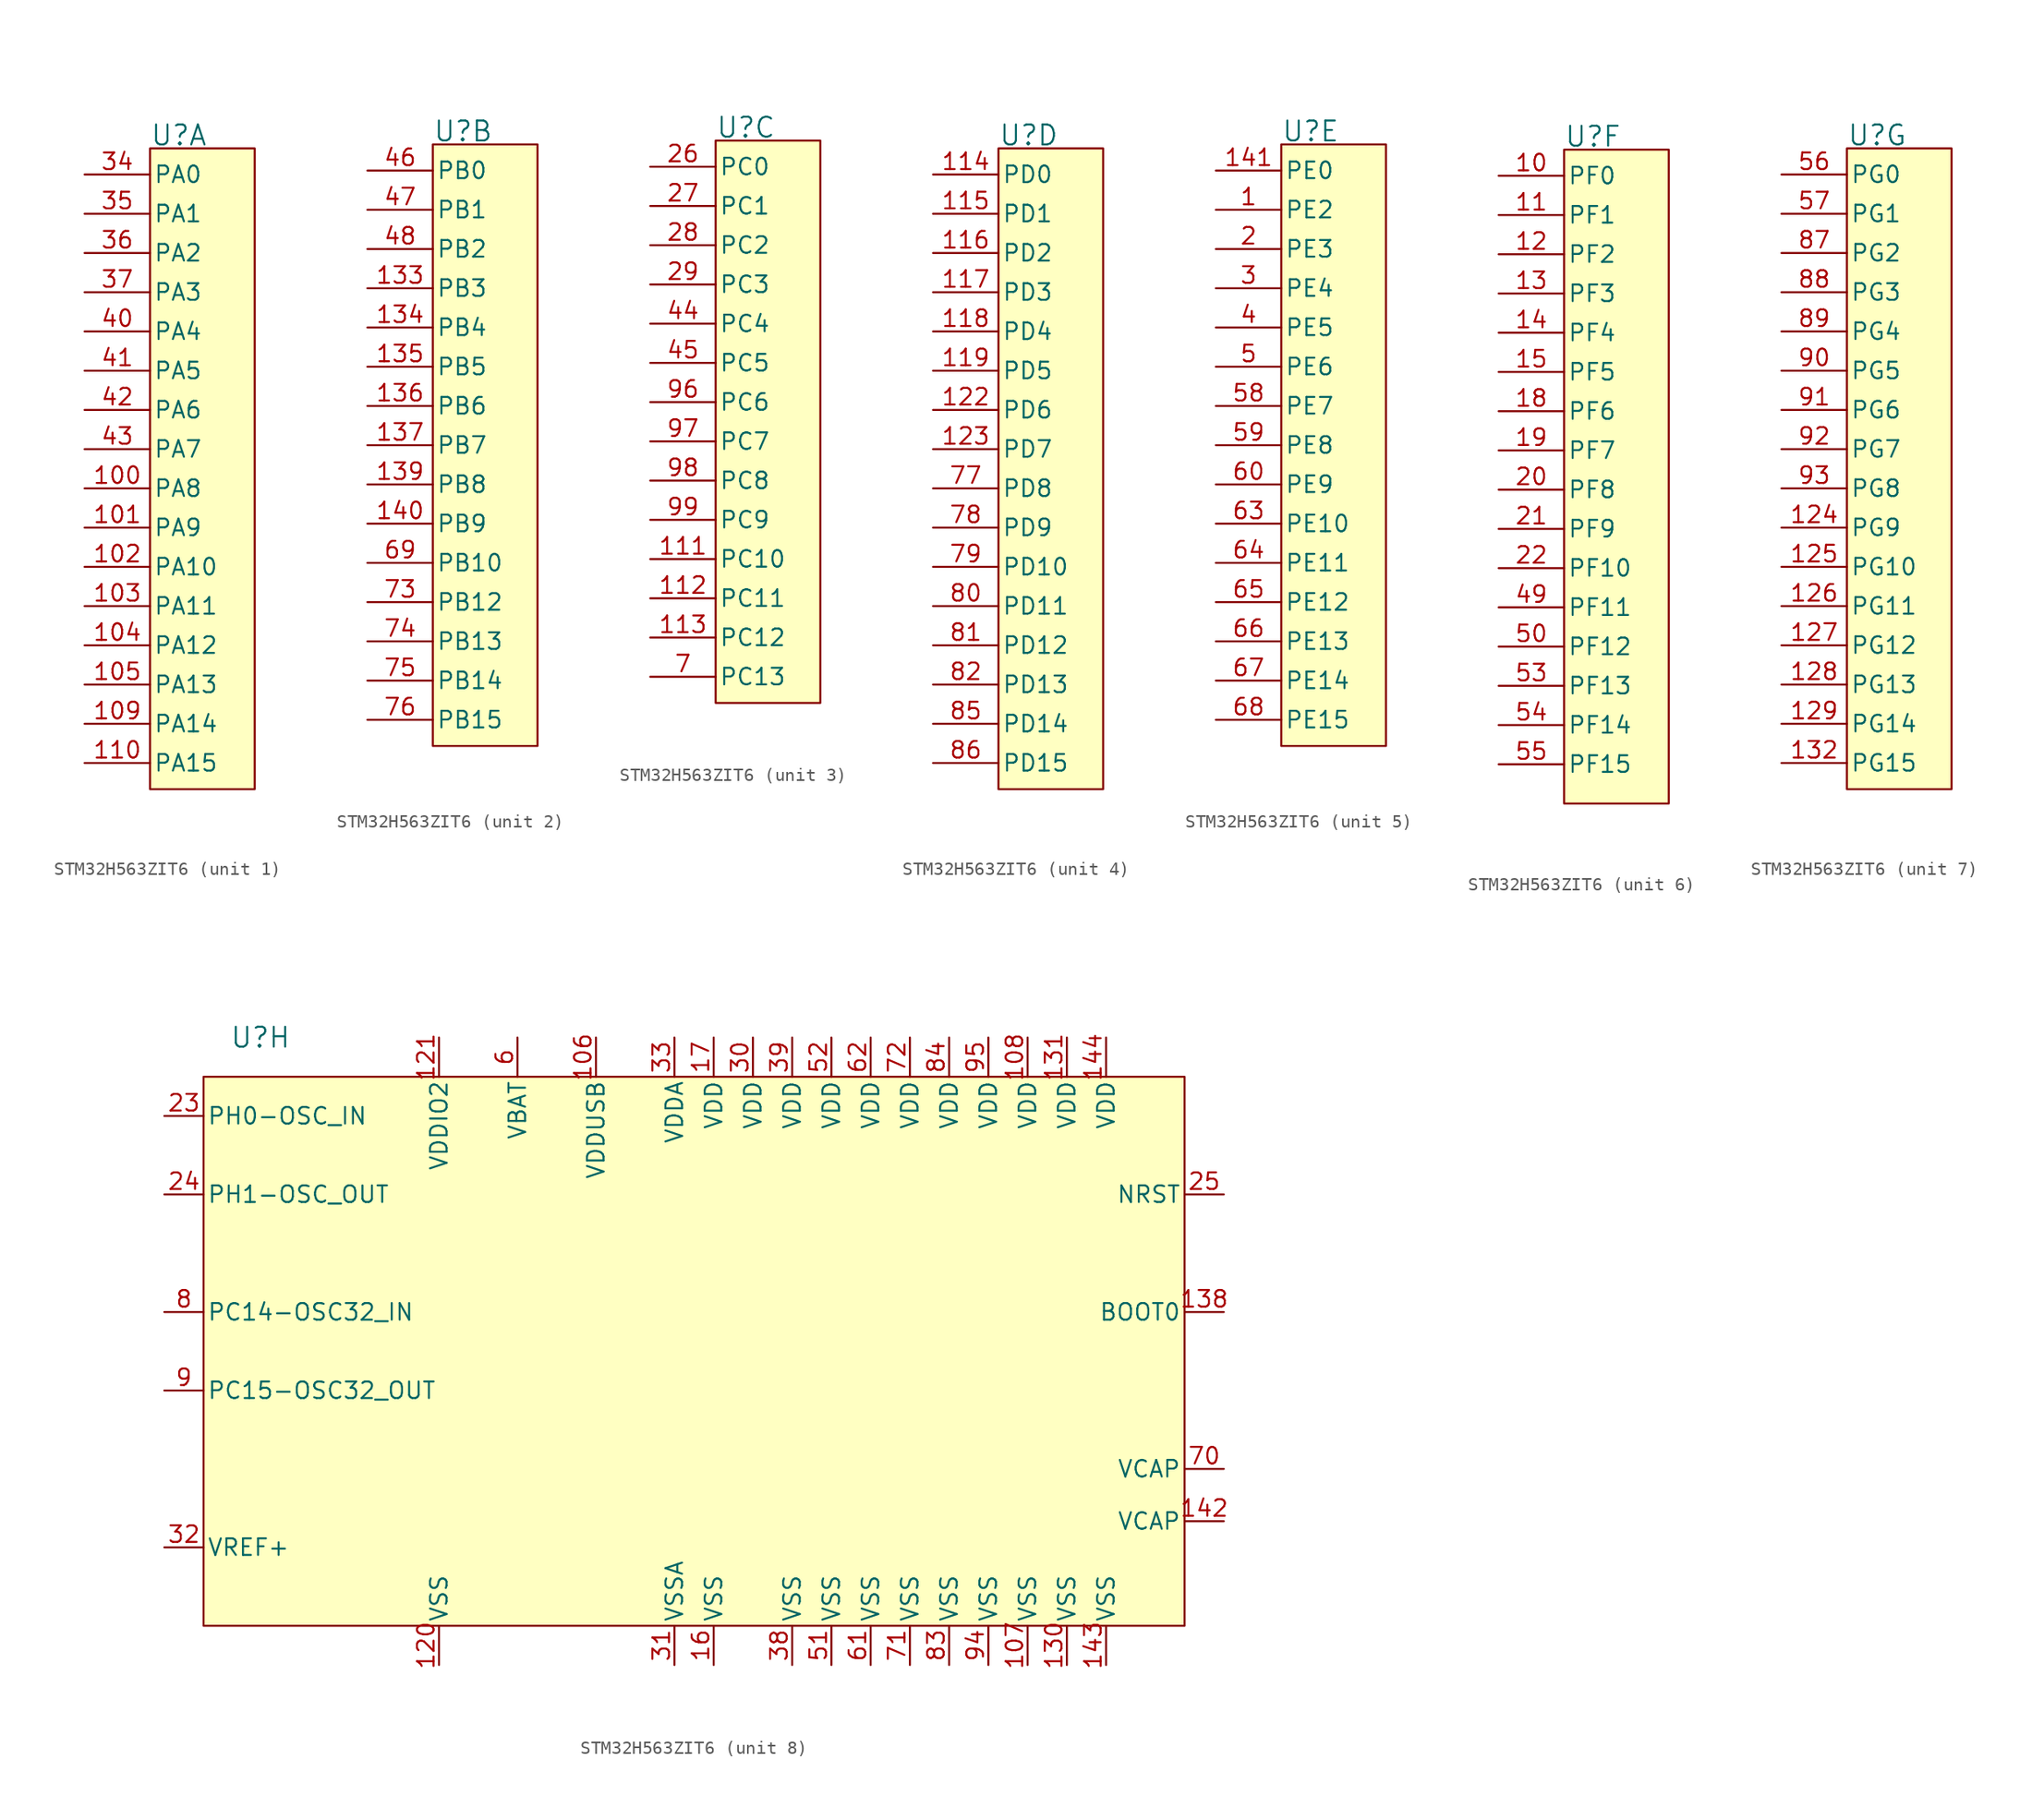
<source format=kicad_sym>
(kicad_symbol_lib
  (version 20241209)
  (generator "kicad_symbol_editor")
  (generator_version "9.0")
  (symbol "STM32H563ZIT6"
    (pin_names
      (offset 0.254))
    (property "Reference" "U"
      (at 5 3 0)
      (effects (font (size 1.524 1.524)) (justify left)))
    (property "ki_locked" ""
      (at 0 0 0)
      (effects (font (size 1.27 1.27))))
    (symbol "STM32H563ZIT6_1_1"
      (rectangle (start 5 2) (end 13 -47) (stroke (width 0) (type solid)) (fill (type background)))
      (pin bidirectional line (at 0 0 0) (length 5) (name "PA0" (effects (font (size 1.27 1.27)))) (number "34" (effects (font (size 1.27 1.27)))))
      (pin bidirectional line (at 0 -3 0) (length 5) (name "PA1" (effects (font (size 1.27 1.27)))) (number "35" (effects (font (size 1.27 1.27)))))
      (pin bidirectional line (at 0 -6 0) (length 5) (name "PA2" (effects (font (size 1.27 1.27)))) (number "36" (effects (font (size 1.27 1.27)))))
      (pin bidirectional line (at 0 -9 0) (length 5) (name "PA3" (effects (font (size 1.27 1.27)))) (number "37" (effects (font (size 1.27 1.27)))))
      (pin bidirectional line (at 0 -12 0) (length 5) (name "PA4" (effects (font (size 1.27 1.27)))) (number "40" (effects (font (size 1.27 1.27)))))
      (pin bidirectional line (at 0 -15 0) (length 5) (name "PA5" (effects (font (size 1.27 1.27)))) (number "41" (effects (font (size 1.27 1.27)))))
      (pin bidirectional line (at 0 -18 0) (length 5) (name "PA6" (effects (font (size 1.27 1.27)))) (number "42" (effects (font (size 1.27 1.27)))))
      (pin bidirectional line (at 0 -21 0) (length 5) (name "PA7" (effects (font (size 1.27 1.27)))) (number "43" (effects (font (size 1.27 1.27)))))
      (pin bidirectional line (at 0 -24 0) (length 5) (name "PA8" (effects (font (size 1.27 1.27)))) (number "100" (effects (font (size 1.27 1.27)))))
      (pin bidirectional line (at 0 -27 0) (length 5) (name "PA9" (effects (font (size 1.27 1.27)))) (number "101" (effects (font (size 1.27 1.27)))))
      (pin bidirectional line (at 0 -30 0) (length 5) (name "PA10" (effects (font (size 1.27 1.27)))) (number "102" (effects (font (size 1.27 1.27)))))
      (pin bidirectional line (at 0 -33 0) (length 5) (name "PA11" (effects (font (size 1.27 1.27)))) (number "103" (effects (font (size 1.27 1.27)))))
      (pin bidirectional line (at 0 -36 0) (length 5) (name "PA12" (effects (font (size 1.27 1.27)))) (number "104" (effects (font (size 1.27 1.27)))))
      (pin bidirectional line (at 0 -39 0) (length 5) (name "PA13" (effects (font (size 1.27 1.27)))) (number "105" (effects (font (size 1.27 1.27)))))
      (pin bidirectional line (at 0 -42 0) (length 5) (name "PA14" (effects (font (size 1.27 1.27)))) (number "109" (effects (font (size 1.27 1.27)))))
      (pin bidirectional line (at 0 -45 0) (length 5) (name "PA15" (effects (font (size 1.27 1.27)))) (number "110" (effects (font (size 1.27 1.27))))))
    (symbol "STM32H563ZIT6_2_1"
      (rectangle (start 5 2) (end 13 -44) (stroke (width 0) (type solid)) (fill (type background)))
      (pin bidirectional line (at 0 0 0) (length 5) (name "PB0" (effects (font (size 1.27 1.27)))) (number "46" (effects (font (size 1.27 1.27)))))
      (pin bidirectional line (at 0 -3 0) (length 5) (name "PB1" (effects (font (size 1.27 1.27)))) (number "47" (effects (font (size 1.27 1.27)))))
      (pin bidirectional line (at 0 -6 0) (length 5) (name "PB2" (effects (font (size 1.27 1.27)))) (number "48" (effects (font (size 1.27 1.27)))))
      (pin bidirectional line (at 0 -9 0) (length 5) (name "PB3" (effects (font (size 1.27 1.27)))) (number "133" (effects (font (size 1.27 1.27)))))
      (pin bidirectional line (at 0 -12 0) (length 5) (name "PB4" (effects (font (size 1.27 1.27)))) (number "134" (effects (font (size 1.27 1.27)))))
      (pin bidirectional line (at 0 -15 0) (length 5) (name "PB5" (effects (font (size 1.27 1.27)))) (number "135" (effects (font (size 1.27 1.27)))))
      (pin bidirectional line (at 0 -18 0) (length 5) (name "PB6" (effects (font (size 1.27 1.27)))) (number "136" (effects (font (size 1.27 1.27)))))
      (pin bidirectional line (at 0 -21 0) (length 5) (name "PB7" (effects (font (size 1.27 1.27)))) (number "137" (effects (font (size 1.27 1.27)))))
      (pin bidirectional line (at 0 -24 0) (length 5) (name "PB8" (effects (font (size 1.27 1.27)))) (number "139" (effects (font (size 1.27 1.27)))))
      (pin bidirectional line (at 0 -27 0) (length 5) (name "PB9" (effects (font (size 1.27 1.27)))) (number "140" (effects (font (size 1.27 1.27)))))
      (pin bidirectional line (at 0 -30 0) (length 5) (name "PB10" (effects (font (size 1.27 1.27)))) (number "69" (effects (font (size 1.27 1.27)))))
      (pin bidirectional line (at 0 -33 0) (length 5) (name "PB12" (effects (font (size 1.27 1.27)))) (number "73" (effects (font (size 1.27 1.27)))))
      (pin bidirectional line (at 0 -36 0) (length 5) (name "PB13" (effects (font (size 1.27 1.27)))) (number "74" (effects (font (size 1.27 1.27)))))
      (pin bidirectional line (at 0 -39 0) (length 5) (name "PB14" (effects (font (size 1.27 1.27)))) (number "75" (effects (font (size 1.27 1.27)))))
      (pin bidirectional line (at 0 -42 0) (length 5) (name "PB15" (effects (font (size 1.27 1.27)))) (number "76" (effects (font (size 1.27 1.27))))))
    (symbol "STM32H563ZIT6_3_1"
      (rectangle (start 5 2) (end 13 -41) (stroke (width 0) (type solid)) (fill (type background)))
      (pin bidirectional line (at 0 0 0) (length 5) (name "PC0" (effects (font (size 1.27 1.27)))) (number "26" (effects (font (size 1.27 1.27)))))
      (pin bidirectional line (at 0 -3 0) (length 5) (name "PC1" (effects (font (size 1.27 1.27)))) (number "27" (effects (font (size 1.27 1.27)))))
      (pin bidirectional line (at 0 -6 0) (length 5) (name "PC2" (effects (font (size 1.27 1.27)))) (number "28" (effects (font (size 1.27 1.27)))))
      (pin bidirectional line (at 0 -9 0) (length 5) (name "PC3" (effects (font (size 1.27 1.27)))) (number "29" (effects (font (size 1.27 1.27)))))
      (pin bidirectional line (at 0 -12 0) (length 5) (name "PC4" (effects (font (size 1.27 1.27)))) (number "44" (effects (font (size 1.27 1.27)))))
      (pin bidirectional line (at 0 -15 0) (length 5) (name "PC5" (effects (font (size 1.27 1.27)))) (number "45" (effects (font (size 1.27 1.27)))))
      (pin bidirectional line (at 0 -18 0) (length 5) (name "PC6" (effects (font (size 1.27 1.27)))) (number "96" (effects (font (size 1.27 1.27)))))
      (pin bidirectional line (at 0 -21 0) (length 5) (name "PC7" (effects (font (size 1.27 1.27)))) (number "97" (effects (font (size 1.27 1.27)))))
      (pin bidirectional line (at 0 -24 0) (length 5) (name "PC8" (effects (font (size 1.27 1.27)))) (number "98" (effects (font (size 1.27 1.27)))))
      (pin bidirectional line (at 0 -27 0) (length 5) (name "PC9" (effects (font (size 1.27 1.27)))) (number "99" (effects (font (size 1.27 1.27)))))
      (pin bidirectional line (at 0 -30 0) (length 5) (name "PC10" (effects (font (size 1.27 1.27)))) (number "111" (effects (font (size 1.27 1.27)))))
      (pin bidirectional line (at 0 -33 0) (length 5) (name "PC11" (effects (font (size 1.27 1.27)))) (number "112" (effects (font (size 1.27 1.27)))))
      (pin bidirectional line (at 0 -36 0) (length 5) (name "PC12" (effects (font (size 1.27 1.27)))) (number "113" (effects (font (size 1.27 1.27)))))
      (pin bidirectional line (at 0 -39 0) (length 5) (name "PC13" (effects (font (size 1.27 1.27)))) (number "7" (effects (font (size 1.27 1.27))))))
    (symbol "STM32H563ZIT6_4_1"
      (rectangle (start 5 2) (end 13 -47) (stroke (width 0) (type solid)) (fill (type background)))
      (pin bidirectional line (at 0 0 0) (length 5) (name "PD0" (effects (font (size 1.27 1.27)))) (number "114" (effects (font (size 1.27 1.27)))))
      (pin bidirectional line (at 0 -3 0) (length 5) (name "PD1" (effects (font (size 1.27 1.27)))) (number "115" (effects (font (size 1.27 1.27)))))
      (pin bidirectional line (at 0 -6 0) (length 5) (name "PD2" (effects (font (size 1.27 1.27)))) (number "116" (effects (font (size 1.27 1.27)))))
      (pin bidirectional line (at 0 -9 0) (length 5) (name "PD3" (effects (font (size 1.27 1.27)))) (number "117" (effects (font (size 1.27 1.27)))))
      (pin bidirectional line (at 0 -12 0) (length 5) (name "PD4" (effects (font (size 1.27 1.27)))) (number "118" (effects (font (size 1.27 1.27)))))
      (pin bidirectional line (at 0 -15 0) (length 5) (name "PD5" (effects (font (size 1.27 1.27)))) (number "119" (effects (font (size 1.27 1.27)))))
      (pin bidirectional line (at 0 -18 0) (length 5) (name "PD6" (effects (font (size 1.27 1.27)))) (number "122" (effects (font (size 1.27 1.27)))))
      (pin bidirectional line (at 0 -21 0) (length 5) (name "PD7" (effects (font (size 1.27 1.27)))) (number "123" (effects (font (size 1.27 1.27)))))
      (pin bidirectional line (at 0 -24 0) (length 5) (name "PD8" (effects (font (size 1.27 1.27)))) (number "77" (effects (font (size 1.27 1.27)))))
      (pin bidirectional line (at 0 -27 0) (length 5) (name "PD9" (effects (font (size 1.27 1.27)))) (number "78" (effects (font (size 1.27 1.27)))))
      (pin bidirectional line (at 0 -30 0) (length 5) (name "PD10" (effects (font (size 1.27 1.27)))) (number "79" (effects (font (size 1.27 1.27)))))
      (pin bidirectional line (at 0 -33 0) (length 5) (name "PD11" (effects (font (size 1.27 1.27)))) (number "80" (effects (font (size 1.27 1.27)))))
      (pin bidirectional line (at 0 -36 0) (length 5) (name "PD12" (effects (font (size 1.27 1.27)))) (number "81" (effects (font (size 1.27 1.27)))))
      (pin bidirectional line (at 0 -39 0) (length 5) (name "PD13" (effects (font (size 1.27 1.27)))) (number "82" (effects (font (size 1.27 1.27)))))
      (pin bidirectional line (at 0 -42 0) (length 5) (name "PD14" (effects (font (size 1.27 1.27)))) (number "85" (effects (font (size 1.27 1.27)))))
      (pin bidirectional line (at 0 -45 0) (length 5) (name "PD15" (effects (font (size 1.27 1.27)))) (number "86" (effects (font (size 1.27 1.27))))))
    (symbol "STM32H563ZIT6_5_1"
      (rectangle (start 5 2) (end 13 -44) (stroke (width 0) (type solid)) (fill (type background)))
      (pin bidirectional line (at 0 0 0) (length 5) (name "PE0" (effects (font (size 1.27 1.27)))) (number "141" (effects (font (size 1.27 1.27)))))
      (pin bidirectional line (at 0 -3 0) (length 5) (name "PE2" (effects (font (size 1.27 1.27)))) (number "1" (effects (font (size 1.27 1.27)))))
      (pin bidirectional line (at 0 -6 0) (length 5) (name "PE3" (effects (font (size 1.27 1.27)))) (number "2" (effects (font (size 1.27 1.27)))))
      (pin bidirectional line (at 0 -9 0) (length 5) (name "PE4" (effects (font (size 1.27 1.27)))) (number "3" (effects (font (size 1.27 1.27)))))
      (pin bidirectional line (at 0 -12 0) (length 5) (name "PE5" (effects (font (size 1.27 1.27)))) (number "4" (effects (font (size 1.27 1.27)))))
      (pin bidirectional line (at 0 -15 0) (length 5) (name "PE6" (effects (font (size 1.27 1.27)))) (number "5" (effects (font (size 1.27 1.27)))))
      (pin bidirectional line (at 0 -18 0) (length 5) (name "PE7" (effects (font (size 1.27 1.27)))) (number "58" (effects (font (size 1.27 1.27)))))
      (pin bidirectional line (at 0 -21 0) (length 5) (name "PE8" (effects (font (size 1.27 1.27)))) (number "59" (effects (font (size 1.27 1.27)))))
      (pin bidirectional line (at 0 -24 0) (length 5) (name "PE9" (effects (font (size 1.27 1.27)))) (number "60" (effects (font (size 1.27 1.27)))))
      (pin bidirectional line (at 0 -27 0) (length 5) (name "PE10" (effects (font (size 1.27 1.27)))) (number "63" (effects (font (size 1.27 1.27)))))
      (pin bidirectional line (at 0 -30 0) (length 5) (name "PE11" (effects (font (size 1.27 1.27)))) (number "64" (effects (font (size 1.27 1.27)))))
      (pin bidirectional line (at 0 -33 0) (length 5) (name "PE12" (effects (font (size 1.27 1.27)))) (number "65" (effects (font (size 1.27 1.27)))))
      (pin bidirectional line (at 0 -36 0) (length 5) (name "PE13" (effects (font (size 1.27 1.27)))) (number "66" (effects (font (size 1.27 1.27)))))
      (pin bidirectional line (at 0 -39 0) (length 5) (name "PE14" (effects (font (size 1.27 1.27)))) (number "67" (effects (font (size 1.27 1.27)))))
      (pin bidirectional line (at 0 -42 0) (length 5) (name "PE15" (effects (font (size 1.27 1.27)))) (number "68" (effects (font (size 1.27 1.27))))))
    (symbol "STM32H563ZIT6_6_1"
      (rectangle (start 5 2) (end 13 -48) (stroke (width 0) (type solid)) (fill (type background)))
      (pin bidirectional line (at 0 0 0) (length 5) (name "PF0" (effects (font (size 1.27 1.27)))) (number "10" (effects (font (size 1.27 1.27)))))
      (pin bidirectional line (at 0 -3 0) (length 5) (name "PF1" (effects (font (size 1.27 1.27)))) (number "11" (effects (font (size 1.27 1.27)))))
      (pin bidirectional line (at 0 -6 0) (length 5) (name "PF2" (effects (font (size 1.27 1.27)))) (number "12" (effects (font (size 1.27 1.27)))))
      (pin bidirectional line (at 0 -9 0) (length 5) (name "PF3" (effects (font (size 1.27 1.27)))) (number "13" (effects (font (size 1.27 1.27)))))
      (pin bidirectional line (at 0 -12 0) (length 5) (name "PF4" (effects (font (size 1.27 1.27)))) (number "14" (effects (font (size 1.27 1.27)))))
      (pin bidirectional line (at 0 -15 0) (length 5) (name "PF5" (effects (font (size 1.27 1.27)))) (number "15" (effects (font (size 1.27 1.27)))))
      (pin bidirectional line (at 0 -18 0) (length 5) (name "PF6" (effects (font (size 1.27 1.27)))) (number "18" (effects (font (size 1.27 1.27)))))
      (pin bidirectional line (at 0 -21 0) (length 5) (name "PF7" (effects (font (size 1.27 1.27)))) (number "19" (effects (font (size 1.27 1.27)))))
      (pin bidirectional line (at 0 -24 0) (length 5) (name "PF8" (effects (font (size 1.27 1.27)))) (number "20" (effects (font (size 1.27 1.27)))))
      (pin bidirectional line (at 0 -27 0) (length 5) (name "PF9" (effects (font (size 1.27 1.27)))) (number "21" (effects (font (size 1.27 1.27)))))
      (pin bidirectional line (at 0 -30 0) (length 5) (name "PF10" (effects (font (size 1.27 1.27)))) (number "22" (effects (font (size 1.27 1.27)))))
      (pin bidirectional line (at 0 -33 0) (length 5) (name "PF11" (effects (font (size 1.27 1.27)))) (number "49" (effects (font (size 1.27 1.27)))))
      (pin bidirectional line (at 0 -36 0) (length 5) (name "PF12" (effects (font (size 1.27 1.27)))) (number "50" (effects (font (size 1.27 1.27)))))
      (pin bidirectional line (at 0 -39 0) (length 5) (name "PF13" (effects (font (size 1.27 1.27)))) (number "53" (effects (font (size 1.27 1.27)))))
      (pin bidirectional line (at 0 -42 0) (length 5) (name "PF14" (effects (font (size 1.27 1.27)))) (number "54" (effects (font (size 1.27 1.27)))))
      (pin bidirectional line (at 0 -45 0) (length 5) (name "PF15" (effects (font (size 1.27 1.27)))) (number "55" (effects (font (size 1.27 1.27))))))
    (symbol "STM32H563ZIT6_7_1"
      (rectangle (start 5 2) (end 13 -47) (stroke (width 0) (type solid)) (fill (type background)))
      (pin bidirectional line (at 0 0 0) (length 5) (name "PG0" (effects (font (size 1.27 1.27)))) (number "56" (effects (font (size 1.27 1.27)))))
      (pin bidirectional line (at 0 -3 0) (length 5) (name "PG1" (effects (font (size 1.27 1.27)))) (number "57" (effects (font (size 1.27 1.27)))))
      (pin bidirectional line (at 0 -6 0) (length 5) (name "PG2" (effects (font (size 1.27 1.27)))) (number "87" (effects (font (size 1.27 1.27)))))
      (pin bidirectional line (at 0 -9 0) (length 5) (name "PG3" (effects (font (size 1.27 1.27)))) (number "88" (effects (font (size 1.27 1.27)))))
      (pin bidirectional line (at 0 -12 0) (length 5) (name "PG4" (effects (font (size 1.27 1.27)))) (number "89" (effects (font (size 1.27 1.27)))))
      (pin bidirectional line (at 0 -15 0) (length 5) (name "PG5" (effects (font (size 1.27 1.27)))) (number "90" (effects (font (size 1.27 1.27)))))
      (pin bidirectional line (at 0 -18 0) (length 5) (name "PG6" (effects (font (size 1.27 1.27)))) (number "91" (effects (font (size 1.27 1.27)))))
      (pin bidirectional line (at 0 -21 0) (length 5) (name "PG7" (effects (font (size 1.27 1.27)))) (number "92" (effects (font (size 1.27 1.27)))))
      (pin bidirectional line (at 0 -24 0) (length 5) (name "PG8" (effects (font (size 1.27 1.27)))) (number "93" (effects (font (size 1.27 1.27)))))
      (pin bidirectional line (at 0 -27 0) (length 5) (name "PG9" (effects (font (size 1.27 1.27)))) (number "124" (effects (font (size 1.27 1.27)))))
      (pin bidirectional line (at 0 -30 0) (length 5) (name "PG10" (effects (font (size 1.27 1.27)))) (number "125" (effects (font (size 1.27 1.27)))))
      (pin bidirectional line (at 0 -33 0) (length 5) (name "PG11" (effects (font (size 1.27 1.27)))) (number "126" (effects (font (size 1.27 1.27)))))
      (pin bidirectional line (at 0 -36 0) (length 5) (name "PG12" (effects (font (size 1.27 1.27)))) (number "127" (effects (font (size 1.27 1.27)))))
      (pin bidirectional line (at 0 -39 0) (length 5) (name "PG13" (effects (font (size 1.27 1.27)))) (number "128" (effects (font (size 1.27 1.27)))))
      (pin bidirectional line (at 0 -42 0) (length 5) (name "PG14" (effects (font (size 1.27 1.27)))) (number "129" (effects (font (size 1.27 1.27)))))
      (pin bidirectional line (at 0 -45 0) (length 5) (name "PG15" (effects (font (size 1.27 1.27)))) (number "132" (effects (font (size 1.27 1.27))))))
    (symbol "STM32H563ZIT6_8_1"
      (rectangle (start 3 0) (end 78 -42) (stroke (width 0) (type solid)) (fill (type background)))
      (pin bidirectional line (at 0 -3 0) (length 3) (name "PH0-OSC_IN" (effects (font (size 1.27 1.27)))) (number "23" (effects (font (size 1.27 1.27)))))
      (pin bidirectional line (at 0 -9 0) (length 3) (name "PH1-OSC_OUT" (effects (font (size 1.27 1.27)))) (number "24" (effects (font (size 1.27 1.27)))))
      (pin bidirectional line (at 0 -18 0) (length 3) (name "PC14-OSC32_IN" (effects (font (size 1.27 1.27)))) (number "8" (effects (font (size 1.27 1.27)))))
      (pin bidirectional line (at 0 -24 0) (length 3) (name "PC15-OSC32_OUT" (effects (font (size 1.27 1.27)))) (number "9" (effects (font (size 1.27 1.27)))))
      (pin power_in line (at 0 -36 0) (length 3) (name "VREF+" (effects (font (size 1.27 1.27)))) (number "32" (effects (font (size 1.27 1.27)))))
      (pin power_in line (at 21 3 270) (length 3) (name "VDDIO2" (effects (font (size 1.27 1.27)))) (number "121" (effects (font (size 1.27 1.27)))))
      (pin power_in line (at 21 -45 90) (length 3) (name "VSS" (effects (font (size 1.27 1.27)))) (number "120" (effects (font (size 1.27 1.27)))))
      (pin power_in line (at 27 3 270) (length 3) (name "VBAT" (effects (font (size 1.27 1.27)))) (number "6" (effects (font (size 1.27 1.27)))))
      (pin power_in line (at 33 3 270) (length 3) (name "VDDUSB" (effects (font (size 1.27 1.27)))) (number "106" (effects (font (size 1.27 1.27)))))
      (pin power_in line (at 39 3 270) (length 3) (name "VDDA" (effects (font (size 1.27 1.27)))) (number "33" (effects (font (size 1.27 1.27)))))
      (pin power_in line (at 39 -45 90) (length 3) (name "VSSA" (effects (font (size 1.27 1.27)))) (number "31" (effects (font (size 1.27 1.27)))))
      (pin power_in line (at 42 3 270) (length 3) (name "VDD" (effects (font (size 1.27 1.27)))) (number "17" (effects (font (size 1.27 1.27)))))
      (pin power_in line (at 42 -45 90) (length 3) (name "VSS" (effects (font (size 1.27 1.27)))) (number "16" (effects (font (size 1.27 1.27)))))
      (pin power_in line (at 45 3 270) (length 3) (name "VDD" (effects (font (size 1.27 1.27)))) (number "30" (effects (font (size 1.27 1.27)))))
      (pin power_in line (at 48 3 270) (length 3) (name "VDD" (effects (font (size 1.27 1.27)))) (number "39" (effects (font (size 1.27 1.27)))))
      (pin power_in line (at 48 -45 90) (length 3) (name "VSS" (effects (font (size 1.27 1.27)))) (number "38" (effects (font (size 1.27 1.27)))))
      (pin power_in line (at 51 3 270) (length 3) (name "VDD" (effects (font (size 1.27 1.27)))) (number "52" (effects (font (size 1.27 1.27)))))
      (pin power_in line (at 51 -45 90) (length 3) (name "VSS" (effects (font (size 1.27 1.27)))) (number "51" (effects (font (size 1.27 1.27)))))
      (pin power_in line (at 54 3 270) (length 3) (name "VDD" (effects (font (size 1.27 1.27)))) (number "62" (effects (font (size 1.27 1.27)))))
      (pin power_in line (at 54 -45 90) (length 3) (name "VSS" (effects (font (size 1.27 1.27)))) (number "61" (effects (font (size 1.27 1.27)))))
      (pin power_in line (at 57 3 270) (length 3) (name "VDD" (effects (font (size 1.27 1.27)))) (number "72" (effects (font (size 1.27 1.27)))))
      (pin power_in line (at 57 -45 90) (length 3) (name "VSS" (effects (font (size 1.27 1.27)))) (number "71" (effects (font (size 1.27 1.27)))))
      (pin power_in line (at 60 3 270) (length 3) (name "VDD" (effects (font (size 1.27 1.27)))) (number "84" (effects (font (size 1.27 1.27)))))
      (pin power_in line (at 60 -45 90) (length 3) (name "VSS" (effects (font (size 1.27 1.27)))) (number "83" (effects (font (size 1.27 1.27)))))
      (pin power_in line (at 63 3 270) (length 3) (name "VDD" (effects (font (size 1.27 1.27)))) (number "95" (effects (font (size 1.27 1.27)))))
      (pin power_in line (at 63 -45 90) (length 3) (name "VSS" (effects (font (size 1.27 1.27)))) (number "94" (effects (font (size 1.27 1.27)))))
      (pin power_in line (at 66 3 270) (length 3) (name "VDD" (effects (font (size 1.27 1.27)))) (number "108" (effects (font (size 1.27 1.27)))))
      (pin power_in line (at 66 -45 90) (length 3) (name "VSS" (effects (font (size 1.27 1.27)))) (number "107" (effects (font (size 1.27 1.27)))))
      (pin power_in line (at 69 3 270) (length 3) (name "VDD" (effects (font (size 1.27 1.27)))) (number "131" (effects (font (size 1.27 1.27)))))
      (pin power_in line (at 69 -45 90) (length 3) (name "VSS" (effects (font (size 1.27 1.27)))) (number "130" (effects (font (size 1.27 1.27)))))
      (pin power_in line (at 72 3 270) (length 3) (name "VDD" (effects (font (size 1.27 1.27)))) (number "144" (effects (font (size 1.27 1.27)))))
      (pin power_in line (at 72 -45 90) (length 3) (name "VSS" (effects (font (size 1.27 1.27)))) (number "143" (effects (font (size 1.27 1.27)))))
      (pin bidirectional line (at 81 -9 180) (length 3) (name "NRST" (effects (font (size 1.27 1.27)))) (number "25" (effects (font (size 1.27 1.27)))))
      (pin input line (at 81 -18 180) (length 3) (name "BOOT0" (effects (font (size 1.27 1.27)))) (number "138" (effects (font (size 1.27 1.27)))))
      (pin power_in line (at 81 -30 180) (length 3) (name "VCAP" (effects (font (size 1.27 1.27)))) (number "70" (effects (font (size 1.27 1.27)))))
      (pin power_in line (at 81 -34 180) (length 3) (name "VCAP" (effects (font (size 1.27 1.27)))) (number "142" (effects (font (size 1.27 1.27))))))))
</source>
